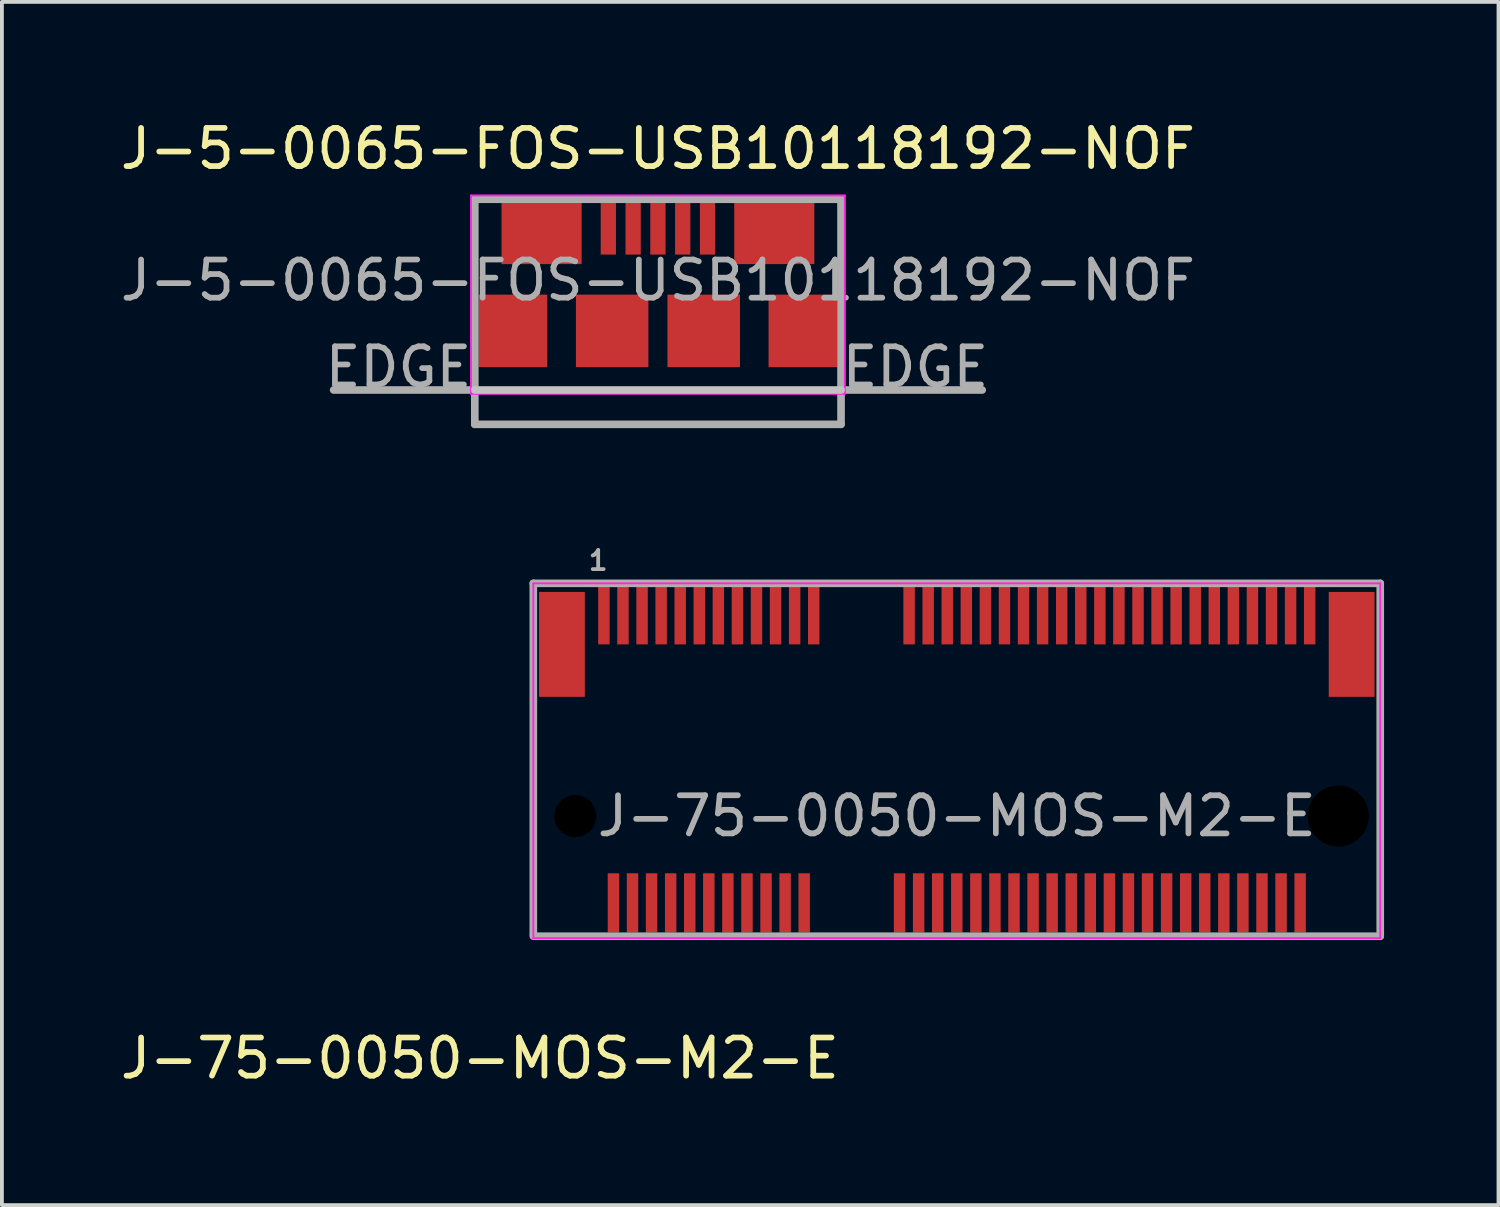
<source format=kicad_pcb>
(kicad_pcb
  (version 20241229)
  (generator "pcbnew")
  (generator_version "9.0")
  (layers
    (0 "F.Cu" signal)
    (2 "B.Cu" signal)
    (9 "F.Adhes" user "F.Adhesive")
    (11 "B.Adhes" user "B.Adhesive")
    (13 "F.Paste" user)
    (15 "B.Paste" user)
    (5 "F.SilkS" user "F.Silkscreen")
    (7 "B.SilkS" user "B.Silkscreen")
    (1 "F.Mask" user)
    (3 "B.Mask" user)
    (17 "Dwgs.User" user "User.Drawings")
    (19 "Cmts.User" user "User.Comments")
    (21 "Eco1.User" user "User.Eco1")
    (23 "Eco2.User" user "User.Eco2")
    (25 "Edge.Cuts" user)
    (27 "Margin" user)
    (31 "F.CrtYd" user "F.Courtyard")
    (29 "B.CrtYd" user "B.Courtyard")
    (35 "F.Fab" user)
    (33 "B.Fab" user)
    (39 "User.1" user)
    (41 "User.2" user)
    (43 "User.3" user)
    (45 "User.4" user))
  (footprint "J-5-0065-FOS-USB10118192-NOF"
    (layer "F.Cu")
    (at 14.196 3.073)
    (property "Reference" "J-5-0065-FOS-USB10118192-NOF" (at 0 -2.225 0) (layer "F.SilkS") (effects (font (size 1 1) (thickness 0.15))))
    (attr smd)
    (fp_line (start 4.8 4.1) (end -4.8 4.1) (stroke (width 0.2) (type solid)) (layer "Dwgs.User"))
    (fp_line (start -4.9 -1) (end -4.9 4.2) (stroke (width 0.05) (type solid)) (layer "F.CrtYd"))
    (fp_line (start -4.9 -1) (end 4.9 -1) (stroke (width 0.05) (type solid)) (layer "F.CrtYd"))
    (fp_line (start -4.9 4.2) (end 4.9 4.2) (stroke (width 0.05) (type solid)) (layer "F.CrtYd"))
    (fp_line (start 4.9 -1) (end 4.9 4.2) (stroke (width 0.05) (type solid)) (layer "F.CrtYd"))
    (fp_line (start -8.5 4.1) (end -4.8 4.1) (stroke (width 0.2) (type solid)) (layer "F.Fab"))
    (fp_line (start -4.8 -0.9) (end 4.8 -0.9) (stroke (width 0.2) (type solid)) (layer "F.Fab"))
    (fp_line (start -4.8 5) (end -4.8 -0.9) (stroke (width 0.2) (type solid)) (layer "F.Fab"))
    (fp_line (start 4.8 -0.9) (end 4.8 5) (stroke (width 0.2) (type solid)) (layer "F.Fab"))
    (fp_line (start 4.8 4.1) (end 8.5 4.1) (stroke (width 0.2) (type solid)) (layer "F.Fab"))
    (fp_line (start 4.8 5) (end -4.8 5) (stroke (width 0.2) (type solid)) (layer "F.Fab"))
    (fp_text user "${REFERENCE}" (at 0 1.225 0) (layer "F.Fab") (effects (font (size 1 1) (thickness 0.15))))
    (fp_text user "EDGE" (at -6.8 3.5 0) (layer "F.Fab") (effects (font (size 1 1) (thickness 0.15))))
    (fp_text user "EDGE" (at 6.75 3.5 0) (layer "F.Fab") (effects (font (size 1 1) (thickness 0.15))))
    (pad "1" smd rect (at -1.3 -0.125) (size 0.4 1.35) (layers "F.Cu" "F.Mask" "F.Paste"))
    (pad "2" smd rect (at -0.65 -0.125) (size 0.4 1.35) (layers "F.Cu" "F.Mask" "F.Paste"))
    (pad "3" smd rect (at 0 -0.125) (size 0.4 1.35) (layers "F.Cu" "F.Mask" "F.Paste"))
    (pad "4" smd rect (at 0.65 -0.125) (size 0.4 1.35) (layers "F.Cu" "F.Mask" "F.Paste"))
    (pad "5" smd rect (at 1.3 -0.125) (size 0.4 1.35) (layers "F.Cu" "F.Mask" "F.Paste"))
    (pad "6" smd rect (at -3.8 2.55) (size 1.8 1.9) (layers "F.Cu" "F.Mask" "F.Paste"))
    (pad "6" smd rect (at -3.05 0) (size 2.1 1.6) (layers "F.Cu" "F.Mask" "F.Paste"))
    (pad "6" smd rect (at -1.2 2.55) (size 1.9 1.9) (layers "F.Cu" "F.Mask" "F.Paste"))
    (pad "6" smd rect (at 1.2 2.55) (size 1.9 1.9) (layers "F.Cu" "F.Mask" "F.Paste"))
    (pad "6" smd rect (at 3.05 0) (size 2.1 1.6) (layers "F.Cu" "F.Mask" "F.Paste"))
    (pad "6" smd rect (at 3.8 2.55) (size 1.8 1.9) (layers "F.Cu" "F.Mask" "F.Paste")))
  (footprint "J-75-0050-MOS-M2-E"
    (layer "F.Cu")
    (at 22.03 18.341)
    (property "Reference" "J-75-0050-MOS-M2-E" (at -12.5 6.35 180) (layer "F.SilkS") (effects (font (size 1 1) (thickness 0.15))))
    (attr smd)
    (fp_line (start -11.1 -6.1) (end 11.1 -6.1) (stroke (width 0.05) (type solid)) (layer "F.CrtYd"))
    (fp_line (start -11.1 3.2) (end -11.1 -6.1) (stroke (width 0.05) (type solid)) (layer "F.CrtYd"))
    (fp_line (start 11.1 -6.1) (end 11.1 3.2) (stroke (width 0.05) (type solid)) (layer "F.CrtYd"))
    (fp_line (start 11.1 3.2) (end -11.1 3.2) (stroke (width 0.05) (type solid)) (layer "F.CrtYd"))
    (fp_line (start -11.1 -6.1) (end -11.1 3.1) (stroke (width 0.2) (type solid)) (layer "F.Fab"))
    (fp_line (start -11.1 3.15) (end 11.1 3.15) (stroke (width 0.2) (type solid)) (layer "F.Fab"))
    (fp_line (start 11.1 -6.1) (end -11.1 -6.1) (stroke (width 0.2) (type solid)) (layer "F.Fab"))
    (fp_line (start 11.1 3.15) (end 11.1 -6.1) (stroke (width 0.2) (type solid)) (layer "F.Fab"))
    (fp_text user "${REFERENCE}" (at 0 0 0) (layer "F.Fab") (effects (font (size 1 1) (thickness 0.15))))
    (fp_text user "1" (at -9.4 -6.7 0) (layer "F.Fab") (effects (font (size 0.5 0.5) (thickness 0.1) (bold yes))))
    (pad "" np_thru_hole circle (at -10 0) (size 1.3 1.3) (drill 1.1) (layers "*.Mask"))
    (pad "" np_thru_hole circle (at 10 0) (size 1.8 1.8) (drill 1.6) (layers "*.Mask"))
    (pad "1" smd rect (at -9.25 -5.275) (size 0.3 1.55) (layers "F.Cu" "F.Mask" "F.Paste"))
    (pad "2" smd rect (at -9 2.275) (size 0.3 1.55) (layers "F.Cu" "F.Mask" "F.Paste"))
    (pad "3" smd rect (at -8.75 -5.275) (size 0.3 1.55) (layers "F.Cu" "F.Mask" "F.Paste"))
    (pad "4" smd rect (at -8.5 2.275) (size 0.3 1.55) (layers "F.Cu" "F.Mask" "F.Paste"))
    (pad "5" smd rect (at -8.25 -5.275) (size 0.3 1.55) (layers "F.Cu" "F.Mask" "F.Paste"))
    (pad "6" smd rect (at -8 2.275) (size 0.3 1.55) (layers "F.Cu" "F.Mask" "F.Paste"))
    (pad "7" smd rect (at -7.75 -5.275) (size 0.3 1.55) (layers "F.Cu" "F.Mask" "F.Paste"))
    (pad "8" smd rect (at -7.5 2.275) (size 0.3 1.55) (layers "F.Cu" "F.Mask" "F.Paste"))
    (pad "9" smd rect (at -7.25 -5.275) (size 0.3 1.55) (layers "F.Cu" "F.Mask" "F.Paste"))
    (pad "10" smd rect (at -7 2.275) (size 0.3 1.55) (layers "F.Cu" "F.Mask" "F.Paste"))
    (pad "11" smd rect (at -6.75 -5.275) (size 0.3 1.55) (layers "F.Cu" "F.Mask" "F.Paste"))
    (pad "12" smd rect (at -6.5 2.275) (size 0.3 1.55) (layers "F.Cu" "F.Mask" "F.Paste"))
    (pad "13" smd rect (at -6.25 -5.275) (size 0.3 1.55) (layers "F.Cu" "F.Mask" "F.Paste"))
    (pad "14" smd rect (at -6 2.275) (size 0.3 1.55) (layers "F.Cu" "F.Mask" "F.Paste"))
    (pad "15" smd rect (at -5.75 -5.275) (size 0.3 1.55) (layers "F.Cu" "F.Mask" "F.Paste"))
    (pad "16" smd rect (at -5.5 2.275) (size 0.3 1.55) (layers "F.Cu" "F.Mask" "F.Paste"))
    (pad "17" smd rect (at -5.25 -5.275) (size 0.3 1.55) (layers "F.Cu" "F.Mask" "F.Paste"))
    (pad "18" smd rect (at -5 2.275) (size 0.3 1.55) (layers "F.Cu" "F.Mask" "F.Paste"))
    (pad "19" smd rect (at -4.75 -5.275) (size 0.3 1.55) (layers "F.Cu" "F.Mask" "F.Paste"))
    (pad "20" smd rect (at -4.5 2.275) (size 0.3 1.55) (layers "F.Cu" "F.Mask" "F.Paste"))
    (pad "21" smd rect (at -4.25 -5.275) (size 0.3 1.55) (layers "F.Cu" "F.Mask" "F.Paste"))
    (pad "22" smd rect (at -4 2.275) (size 0.3 1.55) (layers "F.Cu" "F.Mask" "F.Paste"))
    (pad "23" smd rect (at -3.75 -5.275) (size 0.3 1.55) (layers "F.Cu" "F.Mask" "F.Paste"))
    (pad "32" smd rect (at -1.5 2.275) (size 0.3 1.55) (layers "F.Cu" "F.Mask" "F.Paste"))
    (pad "33" smd rect (at -1.25 -5.275) (size 0.3 1.55) (layers "F.Cu" "F.Mask" "F.Paste"))
    (pad "34" smd rect (at -1 2.275) (size 0.3 1.55) (layers "F.Cu" "F.Mask" "F.Paste"))
    (pad "35" smd rect (at -0.75 -5.275) (size 0.3 1.55) (layers "F.Cu" "F.Mask" "F.Paste"))
    (pad "36" smd rect (at -0.5 2.275) (size 0.3 1.55) (layers "F.Cu" "F.Mask" "F.Paste"))
    (pad "37" smd rect (at -0.25 -5.275) (size 0.3 1.55) (layers "F.Cu" "F.Mask" "F.Paste"))
    (pad "38" smd rect (at 0 2.275) (size 0.3 1.55) (layers "F.Cu" "F.Mask" "F.Paste"))
    (pad "39" smd rect (at 0.25 -5.275) (size 0.3 1.55) (layers "F.Cu" "F.Mask" "F.Paste"))
    (pad "40" smd rect (at 0.5 2.275) (size 0.3 1.55) (layers "F.Cu" "F.Mask" "F.Paste"))
    (pad "41" smd rect (at 0.75 -5.275) (size 0.3 1.55) (layers "F.Cu" "F.Mask" "F.Paste"))
    (pad "42" smd rect (at 1 2.275) (size 0.3 1.55) (layers "F.Cu" "F.Mask" "F.Paste"))
    (pad "43" smd rect (at 1.25 -5.275) (size 0.3 1.55) (layers "F.Cu" "F.Mask" "F.Paste"))
    (pad "44" smd rect (at 1.5 2.275) (size 0.3 1.55) (layers "F.Cu" "F.Mask" "F.Paste"))
    (pad "45" smd rect (at 1.75 -5.275) (size 0.3 1.55) (layers "F.Cu" "F.Mask" "F.Paste"))
    (pad "46" smd rect (at 2 2.275) (size 0.3 1.55) (layers "F.Cu" "F.Mask" "F.Paste"))
    (pad "47" smd rect (at 2.25 -5.275) (size 0.3 1.55) (layers "F.Cu" "F.Mask" "F.Paste"))
    (pad "48" smd rect (at 2.5 2.275) (size 0.3 1.55) (layers "F.Cu" "F.Mask" "F.Paste"))
    (pad "49" smd rect (at 2.75 -5.275) (size 0.3 1.55) (layers "F.Cu" "F.Mask" "F.Paste"))
    (pad "50" smd rect (at 3 2.275) (size 0.3 1.55) (layers "F.Cu" "F.Mask" "F.Paste"))
    (pad "51" smd rect (at 3.25 -5.275) (size 0.3 1.55) (layers "F.Cu" "F.Mask" "F.Paste"))
    (pad "52" smd rect (at 3.5 2.275) (size 0.3 1.55) (layers "F.Cu" "F.Mask" "F.Paste"))
    (pad "53" smd rect (at 3.75 -5.275) (size 0.3 1.55) (layers "F.Cu" "F.Mask" "F.Paste"))
    (pad "54" smd rect (at 4 2.275) (size 0.3 1.55) (layers "F.Cu" "F.Mask" "F.Paste"))
    (pad "55" smd rect (at 4.25 -5.275) (size 0.3 1.55) (layers "F.Cu" "F.Mask" "F.Paste"))
    (pad "56" smd rect (at 4.5 2.275) (size 0.3 1.55) (layers "F.Cu" "F.Mask" "F.Paste"))
    (pad "57" smd rect (at 4.75 -5.275) (size 0.3 1.55) (layers "F.Cu" "F.Mask" "F.Paste"))
    (pad "58" smd rect (at 5 2.275) (size 0.3 1.55) (layers "F.Cu" "F.Mask" "F.Paste"))
    (pad "59" smd rect (at 5.25 -5.275) (size 0.3 1.55) (layers "F.Cu" "F.Mask" "F.Paste"))
    (pad "60" smd rect (at 5.5 2.275) (size 0.3 1.55) (layers "F.Cu" "F.Mask" "F.Paste"))
    (pad "61" smd rect (at 5.75 -5.275) (size 0.3 1.55) (layers "F.Cu" "F.Mask" "F.Paste"))
    (pad "62" smd rect (at 6 2.275) (size 0.3 1.55) (layers "F.Cu" "F.Mask" "F.Paste"))
    (pad "63" smd rect (at 6.25 -5.275) (size 0.3 1.55) (layers "F.Cu" "F.Mask" "F.Paste"))
    (pad "64" smd rect (at 6.5 2.275) (size 0.3 1.55) (layers "F.Cu" "F.Mask" "F.Paste"))
    (pad "65" smd rect (at 6.75 -5.275) (size 0.3 1.55) (layers "F.Cu" "F.Mask" "F.Paste"))
    (pad "66" smd rect (at 7 2.275) (size 0.3 1.55) (layers "F.Cu" "F.Mask" "F.Paste"))
    (pad "67" smd rect (at 7.25 -5.275) (size 0.3 1.55) (layers "F.Cu" "F.Mask" "F.Paste"))
    (pad "68" smd rect (at 7.5 2.275) (size 0.3 1.55) (layers "F.Cu" "F.Mask" "F.Paste"))
    (pad "69" smd rect (at 7.75 -5.275) (size 0.3 1.55) (layers "F.Cu" "F.Mask" "F.Paste"))
    (pad "70" smd rect (at 8 2.275) (size 0.3 1.55) (layers "F.Cu" "F.Mask" "F.Paste"))
    (pad "71" smd rect (at 8.25 -5.275) (size 0.3 1.55) (layers "F.Cu" "F.Mask" "F.Paste"))
    (pad "72" smd rect (at 8.5 2.275) (size 0.3 1.55) (layers "F.Cu" "F.Mask" "F.Paste"))
    (pad "73" smd rect (at 8.75 -5.275) (size 0.3 1.55) (layers "F.Cu" "F.Mask" "F.Paste"))
    (pad "74" smd rect (at 9 2.275) (size 0.3 1.55) (layers "F.Cu" "F.Mask" "F.Paste"))
    (pad "75" smd rect (at 9.25 -5.275) (size 0.3 1.55) (layers "F.Cu" "F.Mask" "F.Paste"))
    (pad "MP" smd rect (at -10.35 -4.5) (size 1.2 2.75) (layers "F.Cu" "F.Mask" "F.Paste"))
    (pad "MP" smd rect (at 10.35 -4.5) (size 1.2 2.75) (layers "F.Cu" "F.Mask" "F.Paste")))
  (gr_rect
    (start -3 -3)
    (end 36.23 28.54)
    (stroke (width 0.1) (type default))
    (fill no)
    (layer "Edge.Cuts")))
</source>
